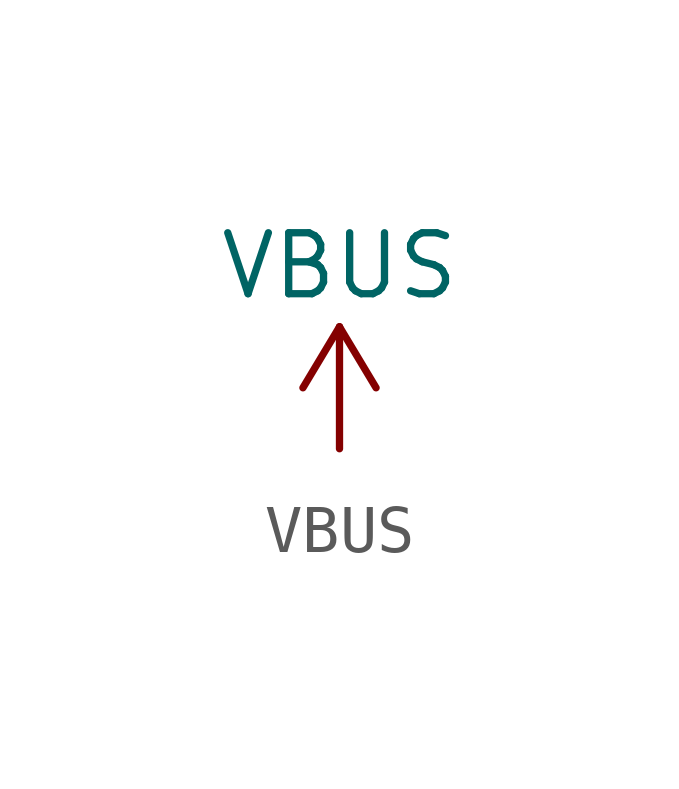
<source format=kicad_sym>
(kicad_symbol_lib
  (version 20220914)
  (generator kicad_symbol_editor)
  (symbol "VBUS"
    (power)
    (pin_names
      (offset 0))
    (property "Reference" "#PWR"
      (at 0 -1.27 0)
      (effects (font (size 1.016 1.016)) hide))
    (property "Value" "VBUS"
      (at 0 3.81 0)
      (effects (font (size 1.27 1.27))))
    (symbol "VBUS_1_1"
      (polyline (pts (xy -0.762 1.27) (xy 0 2.54)) (stroke (width 0) (type default)) (fill (type none)))
      (polyline (pts (xy 0 0) (xy 0 2.54)) (stroke (width 0) (type default)) (fill (type none)))
      (polyline (pts (xy 0 2.54) (xy 0.762 1.27)) (stroke (width 0) (type default)) (fill (type none)))
      (pin power_in line (at 0 0 90) (length 0) hide (name "VBUS" (effects (font (size 1.27 1.27)))) (number "1" (effects (font (size 1.27 1.27))))))))
</source>
